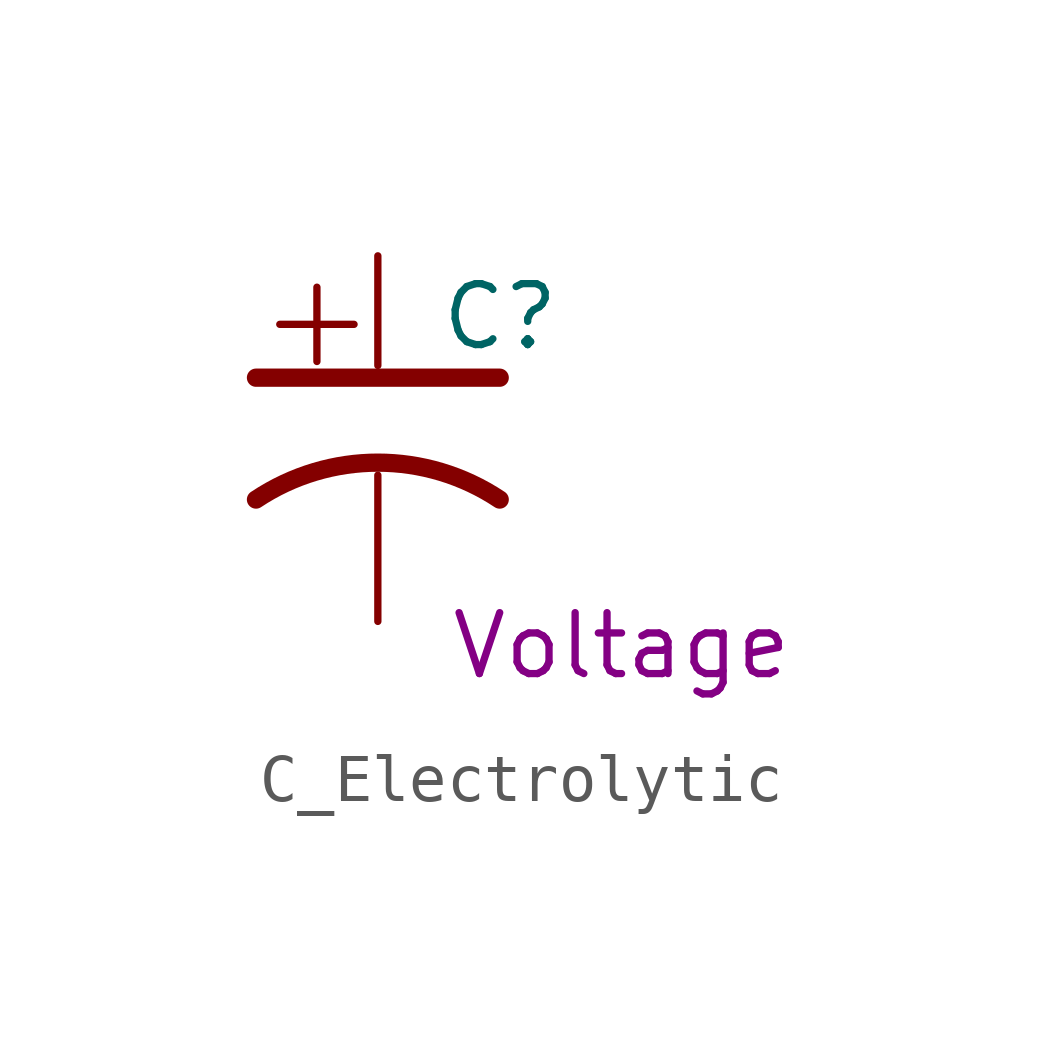
<source format=kicad_sym>
(kicad_symbol_lib
  (version 20231120)
  (generator "kicad_symbol_editor")
  (generator_version "8.0")
  (symbol "C_Electrolytic"
    (pin_numbers hide)
    (pin_names
      (offset 0.254) hide)
    (property "Reference" "C"
      (at 1.27 -1.27 0)
      (effects (font (size 1.27 1.27)) (justify left)))
    (property "Voltage" "Voltage"
      (at 5.08 -8.128 0)
      (effects (font (size 1.27 1.27))))
    (symbol "C_Electrolytic_0_0"
      (text "+" (at -1.27 -1.27 0) (effects (font (size 2.032 2.032)))))
    (symbol "C_Electrolytic_0_1"
      (polyline (pts (xy -2.54 -2.54) (xy 2.54 -2.54) (xy 1.27 -2.54) (xy 1.27 -2.54)) (stroke (width 0.381) (type default)) (fill (type none)))
      (arc (start 2.54 -5.08) (mid 0 -4.3109) (end -2.54 -5.08) (stroke (width 0.381) (type default)) (fill (type none))))
    (symbol "C_Electrolytic_1_1"
      (pin passive line (at 0 0 270) (length 2.286) (name "~" (effects (font (size 1.016 1.016)))) (number "1" (effects (font (size 1.016 1.016)))))
      (pin passive line (at 0 -7.62 90) (length 3.048) (name "~" (effects (font (size 1.016 1.016)))) (number "2" (effects (font (size 1.016 1.016))))))))
</source>
